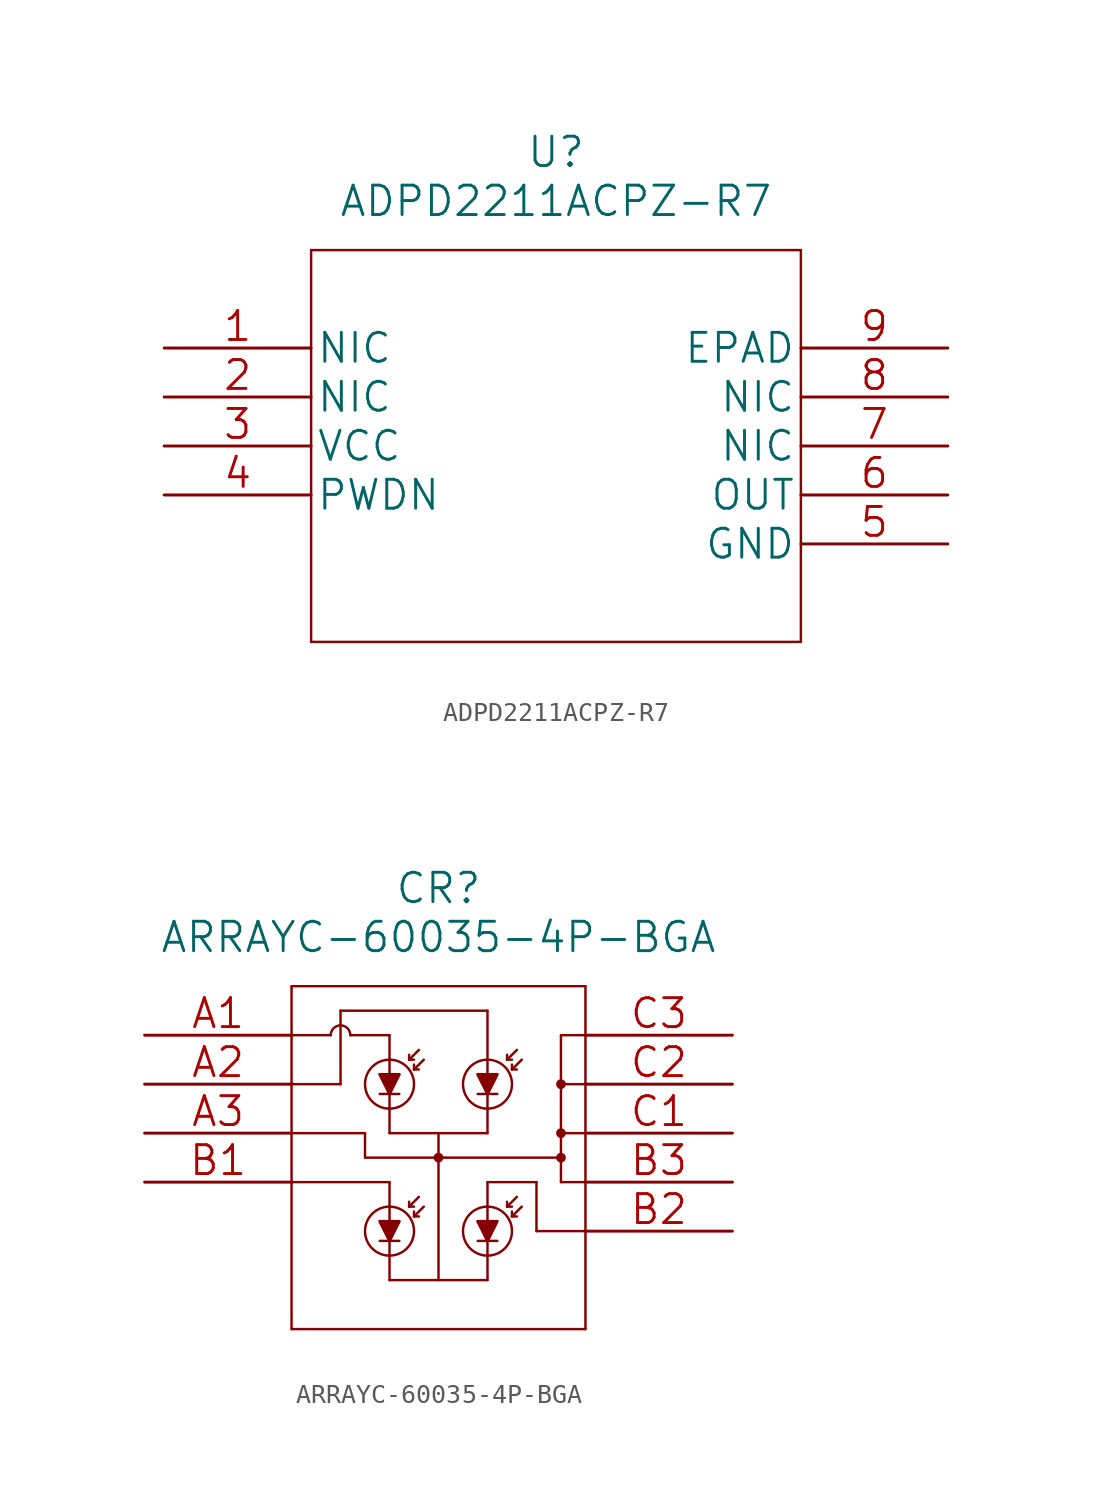
<source format=kicad_sym>
(kicad_symbol_lib
  (version 20220914)
  (generator kicad_symbol_editor)
  (symbol "ADPD2211ACPZ-R7"
    (pin_names
      (offset 0.254))
    (property "Reference" "U"
      (at 20.32 10.16 0)
      (effects (font (size 1.524 1.524))))
    (property "Value" "ADPD2211ACPZ-R7"
      (at 20.32 7.62 0)
      (effects (font (size 1.524 1.524))))
    (symbol "ADPD2211ACPZ-R7_1_1"
      (polyline (pts (xy 7.62 -15.24) (xy 33.02 -15.24)) (stroke (width 0.127) (type default)) (fill (type none)))
      (polyline (pts (xy 7.62 5.08) (xy 7.62 -15.24)) (stroke (width 0.127) (type default)) (fill (type none)))
      (polyline (pts (xy 33.02 -15.24) (xy 33.02 5.08)) (stroke (width 0.127) (type default)) (fill (type none)))
      (polyline (pts (xy 33.02 5.08) (xy 7.62 5.08)) (stroke (width 0.127) (type default)) (fill (type none)))
      (pin unspecified line (at 0 0 0) (length 7.62) (name "NIC" (effects (font (size 1.499 1.499)))) (number "1" (effects (font (size 1.499 1.499)))))
      (pin unspecified line (at 0 -2.54 0) (length 7.62) (name "NIC" (effects (font (size 1.499 1.499)))) (number "2" (effects (font (size 1.499 1.499)))))
      (pin power_in line (at 0 -5.08 0) (length 7.62) (name "VCC" (effects (font (size 1.499 1.499)))) (number "3" (effects (font (size 1.499 1.499)))))
      (pin unspecified line (at 0 -7.62 0) (length 7.62) (name "PWDN" (effects (font (size 1.499 1.499)))) (number "4" (effects (font (size 1.499 1.499)))))
      (pin power_in line (at 40.64 -10.16 180) (length 7.62) (name "GND" (effects (font (size 1.499 1.499)))) (number "5" (effects (font (size 1.499 1.499)))))
      (pin output line (at 40.64 -7.62 180) (length 7.62) (name "OUT" (effects (font (size 1.499 1.499)))) (number "6" (effects (font (size 1.499 1.499)))))
      (pin unspecified line (at 40.64 -5.08 180) (length 7.62) (name "NIC" (effects (font (size 1.499 1.499)))) (number "7" (effects (font (size 1.499 1.499)))))
      (pin unspecified line (at 40.64 -2.54 180) (length 7.62) (name "NIC" (effects (font (size 1.499 1.499)))) (number "8" (effects (font (size 1.499 1.499)))))
      (pin unspecified line (at 40.64 0 180) (length 7.62) (name "EPAD" (effects (font (size 1.499 1.499)))) (number "9" (effects (font (size 1.499 1.499)))))))
  (symbol "ARRAYC-60035-4P-BGA"
    (pin_names
      (offset 0.254) hide)
    (property "Reference" "CR"
      (at 0 13.97 0)
      (effects (font (size 1.524 1.524))))
    (property "Value" "ARRAYC-60035-4P-BGA"
      (at 0 11.43 0)
      (effects (font (size 1.524 1.524))))
    (symbol "ARRAYC-60035-4P-BGA_1_1"
      (arc (start -4.572 6.35) (mid -5.08 6.8558) (end -5.588 6.35) (stroke (width 0.127) (type default)) (fill (type none)))
      (arc (start -2.54 -5.08) (mid -2.54 -5.08) (end -2.54 -5.08) (stroke (width 0.127) (type default)) (fill (type none)))
      (circle (center -2.54 -3.81) (radius 1.27) (stroke (width 0.127) (type default)) (fill (type none)))
      (arc (start -2.54 2.54) (mid -2.54 2.54) (end -2.54 2.54) (stroke (width 0.127) (type default)) (fill (type none)))
      (circle (center -2.54 3.81) (radius 1.27) (stroke (width 0.127) (type default)) (fill (type none)))
      (arc (start 0 -0.127) (mid 0 -0.127) (end 0 -0.127) (stroke (width 0.254) (type default)) (fill (type none)))
      (polyline (pts (xy -7.62 -8.89) (xy 7.62 -8.89)) (stroke (width 0.127) (type default)) (fill (type none)))
      (polyline (pts (xy -7.62 -1.27) (xy -2.54 -1.27)) (stroke (width 0.127) (type default)) (fill (type none)))
      (polyline (pts (xy -7.62 1.27) (xy -3.81 1.27)) (stroke (width 0.127) (type default)) (fill (type none)))
      (polyline (pts (xy -7.62 3.81) (xy -5.08 3.81)) (stroke (width 0.127) (type default)) (fill (type none)))
      (polyline (pts (xy -7.62 6.35) (xy -5.588 6.35)) (stroke (width 0.127) (type default)) (fill (type none)))
      (polyline (pts (xy -7.62 8.89) (xy -7.62 -8.89)) (stroke (width 0.127) (type default)) (fill (type none)))
      (polyline (pts (xy -5.08 7.62) (xy -5.08 3.81)) (stroke (width 0.127) (type default)) (fill (type none)))
      (polyline (pts (xy -5.08 7.62) (xy 2.54 7.62)) (stroke (width 0.127) (type default)) (fill (type none)))
      (polyline (pts (xy -3.81 0) (xy 6.35 0)) (stroke (width 0.127) (type default)) (fill (type none)))
      (polyline (pts (xy -3.81 1.27) (xy -3.81 0)) (stroke (width 0.127) (type default)) (fill (type none)))
      (polyline (pts (xy -3.048 -4.318) (xy -2.032 -4.318)) (stroke (width 0.127) (type default)) (fill (type none)))
      (polyline (pts (xy -3.048 3.302) (xy -2.032 3.302)) (stroke (width 0.127) (type default)) (fill (type none)))
      (polyline (pts (xy -2.54 -6.35) (xy 2.54 -6.35)) (stroke (width 0.127) (type default)) (fill (type none)))
      (polyline (pts (xy -2.54 -4.318) (xy -2.54 -6.35)) (stroke (width 0.127) (type default)) (fill (type none)))
      (polyline (pts (xy -2.54 -3.302) (xy -2.54 -1.27)) (stroke (width 0.127) (type default)) (fill (type none)))
      (polyline (pts (xy -2.54 1.27) (xy 2.54 1.27)) (stroke (width 0.127) (type default)) (fill (type none)))
      (polyline (pts (xy -2.54 3.302) (xy -2.54 1.27)) (stroke (width 0.127) (type default)) (fill (type none)))
      (polyline (pts (xy -2.54 4.318) (xy -2.54 6.35)) (stroke (width 0.127) (type default)) (fill (type none)))
      (polyline (pts (xy -2.54 6.35) (xy -4.572 6.35)) (stroke (width 0.127) (type default)) (fill (type none)))
      (polyline (pts (xy -1.524 -2.54) (xy -1.27 -2.54)) (stroke (width 0.127) (type default)) (fill (type none)))
      (polyline (pts (xy -1.524 -2.54) (xy -1.016 -2.032)) (stroke (width 0.127) (type default)) (fill (type none)))
      (polyline (pts (xy -1.524 -2.286) (xy -1.524 -2.54)) (stroke (width 0.127) (type default)) (fill (type none)))
      (polyline (pts (xy -1.524 5.08) (xy -1.27 5.08)) (stroke (width 0.127) (type default)) (fill (type none)))
      (polyline (pts (xy -1.524 5.08) (xy -1.016 5.588)) (stroke (width 0.127) (type default)) (fill (type none)))
      (polyline (pts (xy -1.524 5.334) (xy -1.524 5.08)) (stroke (width 0.127) (type default)) (fill (type none)))
      (polyline (pts (xy -1.27 -3.048) (xy -1.016 -3.048)) (stroke (width 0.127) (type default)) (fill (type none)))
      (polyline (pts (xy -1.27 -3.048) (xy -0.762 -2.54)) (stroke (width 0.127) (type default)) (fill (type none)))
      (polyline (pts (xy -1.27 -2.794) (xy -1.27 -3.048)) (stroke (width 0.127) (type default)) (fill (type none)))
      (polyline (pts (xy -1.27 4.572) (xy -1.016 4.572)) (stroke (width 0.127) (type default)) (fill (type none)))
      (polyline (pts (xy -1.27 4.572) (xy -0.762 5.08)) (stroke (width 0.127) (type default)) (fill (type none)))
      (polyline (pts (xy -1.27 4.826) (xy -1.27 4.572)) (stroke (width 0.127) (type default)) (fill (type none)))
      (polyline (pts (xy 0 -6.35) (xy 0 1.27)) (stroke (width 0.127) (type default)) (fill (type none)))
      (polyline (pts (xy 2.032 -4.318) (xy 3.048 -4.318)) (stroke (width 0.127) (type default)) (fill (type none)))
      (polyline (pts (xy 2.032 3.302) (xy 3.048 3.302)) (stroke (width 0.127) (type default)) (fill (type none)))
      (polyline (pts (xy 2.54 -4.318) (xy 2.54 -6.35)) (stroke (width 0.127) (type default)) (fill (type none)))
      (polyline (pts (xy 2.54 -3.302) (xy 2.54 -1.27)) (stroke (width 0.127) (type default)) (fill (type none)))
      (polyline (pts (xy 2.54 -1.27) (xy 5.08 -1.27)) (stroke (width 0.127) (type default)) (fill (type none)))
      (polyline (pts (xy 2.54 3.302) (xy 2.54 1.27)) (stroke (width 0.127) (type default)) (fill (type none)))
      (polyline (pts (xy 2.54 4.318) (xy 2.54 7.62)) (stroke (width 0.127) (type default)) (fill (type none)))
      (polyline (pts (xy 3.556 -2.54) (xy 3.81 -2.54)) (stroke (width 0.127) (type default)) (fill (type none)))
      (polyline (pts (xy 3.556 -2.54) (xy 4.064 -2.032)) (stroke (width 0.127) (type default)) (fill (type none)))
      (polyline (pts (xy 3.556 -2.286) (xy 3.556 -2.54)) (stroke (width 0.127) (type default)) (fill (type none)))
      (polyline (pts (xy 3.556 5.08) (xy 3.81 5.08)) (stroke (width 0.127) (type default)) (fill (type none)))
      (polyline (pts (xy 3.556 5.08) (xy 4.064 5.588)) (stroke (width 0.127) (type default)) (fill (type none)))
      (polyline (pts (xy 3.556 5.334) (xy 3.556 5.08)) (stroke (width 0.127) (type default)) (fill (type none)))
      (polyline (pts (xy 3.81 -3.048) (xy 4.064 -3.048)) (stroke (width 0.127) (type default)) (fill (type none)))
      (polyline (pts (xy 3.81 -3.048) (xy 4.318 -2.54)) (stroke (width 0.127) (type default)) (fill (type none)))
      (polyline (pts (xy 3.81 -2.794) (xy 3.81 -3.048)) (stroke (width 0.127) (type default)) (fill (type none)))
      (polyline (pts (xy 3.81 4.572) (xy 4.064 4.572)) (stroke (width 0.127) (type default)) (fill (type none)))
      (polyline (pts (xy 3.81 4.572) (xy 4.318 5.08)) (stroke (width 0.127) (type default)) (fill (type none)))
      (polyline (pts (xy 3.81 4.826) (xy 3.81 4.572)) (stroke (width 0.127) (type default)) (fill (type none)))
      (polyline (pts (xy 5.08 -3.81) (xy 7.62 -3.81)) (stroke (width 0.127) (type default)) (fill (type none)))
      (polyline (pts (xy 5.08 -1.27) (xy 5.08 -3.81)) (stroke (width 0.127) (type default)) (fill (type none)))
      (polyline (pts (xy 6.35 -1.27) (xy 6.35 6.35)) (stroke (width 0.127) (type default)) (fill (type none)))
      (polyline (pts (xy 6.35 -1.27) (xy 7.62 -1.27)) (stroke (width 0.127) (type default)) (fill (type none)))
      (polyline (pts (xy 6.35 1.27) (xy 7.62 1.27)) (stroke (width 0.127) (type default)) (fill (type none)))
      (polyline (pts (xy 6.35 3.81) (xy 7.62 3.81)) (stroke (width 0.127) (type default)) (fill (type none)))
      (polyline (pts (xy 6.35 6.35) (xy 7.62 6.35)) (stroke (width 0.127) (type default)) (fill (type none)))
      (polyline (pts (xy 7.62 -8.89) (xy 7.62 8.89)) (stroke (width 0.127) (type default)) (fill (type none)))
      (polyline (pts (xy 7.62 8.89) (xy -7.62 8.89)) (stroke (width 0.127) (type default)) (fill (type none)))
      (polyline (pts (xy -2.54 -4.318) (xy -2.032 -3.302) (xy -3.048 -3.302) (xy -2.54 -4.318)) (stroke (width 0) (type default)) (fill (type outline)))
      (polyline (pts (xy -2.54 3.302) (xy -2.032 4.318) (xy -3.048 4.318) (xy -2.54 3.302)) (stroke (width 0) (type default)) (fill (type outline)))
      (polyline (pts (xy 2.54 -4.318) (xy 3.048 -3.302) (xy 2.032 -3.302) (xy 2.54 -4.318)) (stroke (width 0) (type default)) (fill (type outline)))
      (polyline (pts (xy 2.54 3.302) (xy 3.048 4.318) (xy 2.032 4.318) (xy 2.54 3.302)) (stroke (width 0) (type default)) (fill (type outline)))
      (circle (center 0 0) (radius 0.127) (stroke (width 0.254) (type default)) (fill (type none)))
      (arc (start 2.54 -5.08) (mid 2.54 -5.08) (end 2.54 -5.08) (stroke (width 0.127) (type default)) (fill (type none)))
      (circle (center 2.54 -3.81) (radius 1.27) (stroke (width 0.127) (type default)) (fill (type none)))
      (arc (start 2.54 2.54) (mid 2.54 2.54) (end 2.54 2.54) (stroke (width 0.127) (type default)) (fill (type none)))
      (circle (center 2.54 3.81) (radius 1.27) (stroke (width 0.127) (type default)) (fill (type none)))
      (arc (start 6.35 -0.127) (mid 6.35 -0.127) (end 6.35 -0.127) (stroke (width 0.254) (type default)) (fill (type none)))
      (circle (center 6.35 0) (radius 0.127) (stroke (width 0.254) (type default)) (fill (type none)))
      (arc (start 6.35 1.143) (mid 6.35 1.143) (end 6.35 1.143) (stroke (width 0.254) (type default)) (fill (type none)))
      (circle (center 6.35 1.27) (radius 0.127) (stroke (width 0.254) (type default)) (fill (type none)))
      (arc (start 6.35 3.683) (mid 6.35 3.683) (end 6.35 3.683) (stroke (width 0.254) (type default)) (fill (type none)))
      (circle (center 6.35 3.81) (radius 0.127) (stroke (width 0.254) (type default)) (fill (type none)))
      (pin unspecified line (at -15.24 6.35 0) (length 7.62) (name "A1" (effects (font (size 1.499 1.499)))) (number "A1" (effects (font (size 1.499 1.499)))))
      (pin unspecified line (at -15.24 3.81 0) (length 7.62) (name "A2" (effects (font (size 1.499 1.499)))) (number "A2" (effects (font (size 1.499 1.499)))))
      (pin unspecified line (at -15.24 1.27 0) (length 7.62) (name "A3" (effects (font (size 1.499 1.499)))) (number "A3" (effects (font (size 1.499 1.499)))))
      (pin unspecified line (at -15.24 -1.27 0) (length 7.62) (name "B1" (effects (font (size 1.499 1.499)))) (number "B1" (effects (font (size 1.499 1.499)))))
      (pin unspecified line (at 15.24 -3.81 180) (length 7.62) (name "B2" (effects (font (size 1.499 1.499)))) (number "B2" (effects (font (size 1.499 1.499)))))
      (pin unspecified line (at 15.24 -1.27 180) (length 7.62) (name "B3" (effects (font (size 1.499 1.499)))) (number "B3" (effects (font (size 1.499 1.499)))))
      (pin unspecified line (at 15.24 1.27 180) (length 7.62) (name "C1" (effects (font (size 1.499 1.499)))) (number "C1" (effects (font (size 1.499 1.499)))))
      (pin unspecified line (at 15.24 3.81 180) (length 7.62) (name "C2" (effects (font (size 1.499 1.499)))) (number "C2" (effects (font (size 1.499 1.499)))))
      (pin unspecified line (at 15.24 6.35 180) (length 7.62) (name "C3" (effects (font (size 1.499 1.499)))) (number "C3" (effects (font (size 1.499 1.499))))))))
</source>
